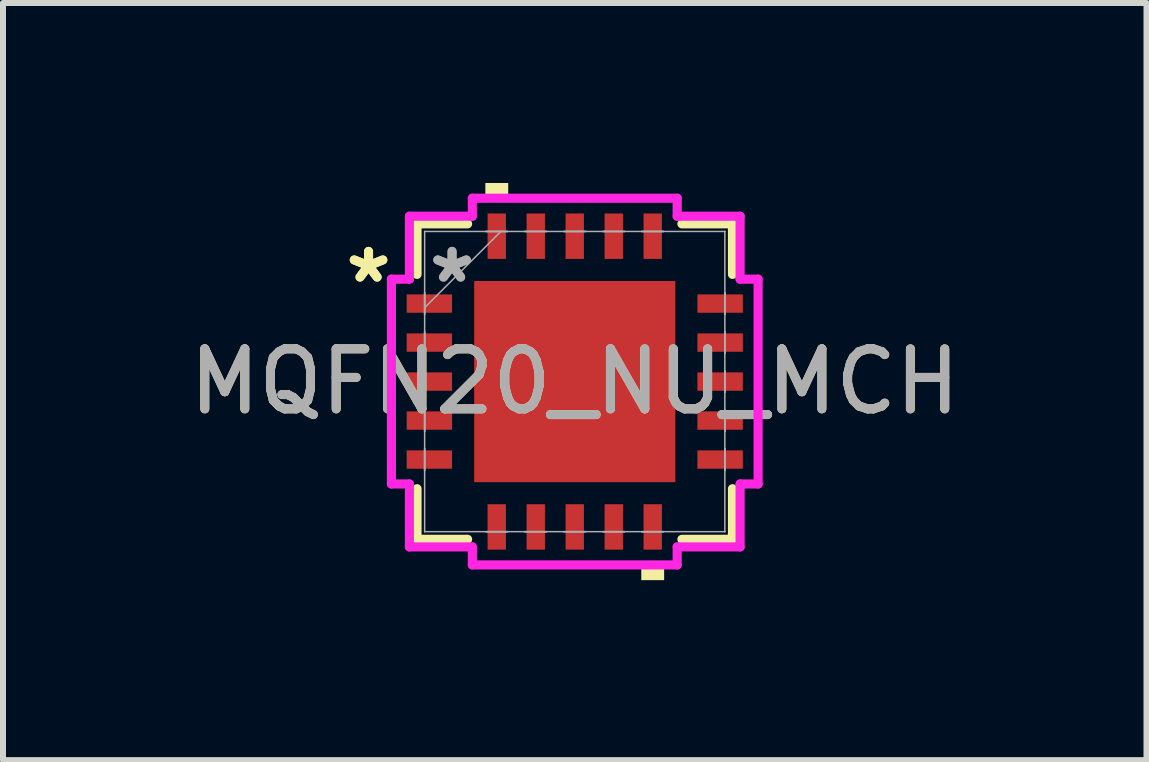
<source format=kicad_pcb>
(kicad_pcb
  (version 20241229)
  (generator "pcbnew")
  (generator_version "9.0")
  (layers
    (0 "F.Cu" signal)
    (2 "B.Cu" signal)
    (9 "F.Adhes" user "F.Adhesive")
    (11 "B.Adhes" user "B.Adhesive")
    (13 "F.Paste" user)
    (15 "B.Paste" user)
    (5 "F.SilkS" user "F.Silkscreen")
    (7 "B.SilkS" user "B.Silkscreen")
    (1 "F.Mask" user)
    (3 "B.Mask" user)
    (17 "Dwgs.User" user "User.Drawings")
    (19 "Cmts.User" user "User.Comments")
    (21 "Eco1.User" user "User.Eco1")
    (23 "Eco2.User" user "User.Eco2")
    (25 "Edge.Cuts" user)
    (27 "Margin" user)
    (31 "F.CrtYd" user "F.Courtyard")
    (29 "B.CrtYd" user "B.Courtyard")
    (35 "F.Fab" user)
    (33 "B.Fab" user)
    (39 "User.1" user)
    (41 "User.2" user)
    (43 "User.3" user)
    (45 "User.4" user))
  (footprint "MQFN20_NU_MCH"
    (layer "F.Cu")
    (at 6.53 3.31)
    (property "Reference" "MQFN20_NU_MCH" (at 0 0 0) (unlocked yes) (layer "F.SilkS") (effects (font (size 1 1) (thickness 0.15))))
    (attr smd)
    (fp_line (start -2.629 -2.629) (end -2.629 -1.786) (stroke (width 0.152) (type solid)) (layer "F.SilkS"))
    (fp_line (start -2.629 1.786) (end -2.629 2.629) (stroke (width 0.152) (type solid)) (layer "F.SilkS"))
    (fp_line (start -2.629 2.629) (end -1.786 2.629) (stroke (width 0.152) (type solid)) (layer "F.SilkS"))
    (fp_line (start -1.786 -2.629) (end -2.629 -2.629) (stroke (width 0.152) (type solid)) (layer "F.SilkS"))
    (fp_line (start 1.786 2.629) (end 2.629 2.629) (stroke (width 0.152) (type solid)) (layer "F.SilkS"))
    (fp_line (start 2.629 -2.629) (end 1.786 -2.629) (stroke (width 0.152) (type solid)) (layer "F.SilkS"))
    (fp_line (start 2.629 -1.786) (end 2.629 -2.629) (stroke (width 0.152) (type solid)) (layer "F.SilkS"))
    (fp_line (start 2.629 2.629) (end 2.629 1.786) (stroke (width 0.152) (type solid)) (layer "F.SilkS"))
    (fp_poly (pts (xy -1.49 -3.056) (xy -1.49 -3.31) (xy -1.109 -3.31) (xy -1.109 -3.056)) (stroke (width 0) (type solid)) (fill yes) (layer "F.SilkS"))
    (fp_poly (pts (xy 1.109 3.056) (xy 1.109 3.31) (xy 1.49 3.31) (xy 1.49 3.056)) (stroke (width 0) (type solid)) (fill yes) (layer "F.SilkS"))
    (fp_poly (pts (xy -1.576 -1.576) (xy -1.576 -0.1) (xy -0.1 -0.1) (xy -0.1 -1.576)) (stroke (width 0) (type solid)) (fill yes) (layer "F.Paste"))
    (fp_poly (pts (xy -1.576 0.1) (xy -1.576 1.576) (xy -0.1 1.576) (xy -0.1 0.1)) (stroke (width 0) (type solid)) (fill yes) (layer "F.Paste"))
    (fp_poly (pts (xy 0.1 -1.576) (xy 0.1 -0.1) (xy 1.576 -0.1) (xy 1.576 -1.576)) (stroke (width 0) (type solid)) (fill yes) (layer "F.Paste"))
    (fp_poly (pts (xy 0.1 0.1) (xy 0.1 1.576) (xy 1.576 1.576) (xy 1.576 0.1)) (stroke (width 0) (type solid)) (fill yes) (layer "F.Paste"))
    (fp_line (start -3.056 -1.707) (end -2.756 -1.707) (stroke (width 0.152) (type solid)) (layer "F.CrtYd"))
    (fp_line (start -3.056 1.707) (end -3.056 -1.707) (stroke (width 0.152) (type solid)) (layer "F.CrtYd"))
    (fp_line (start -2.756 -2.756) (end -1.707 -2.756) (stroke (width 0.152) (type solid)) (layer "F.CrtYd"))
    (fp_line (start -2.756 -1.707) (end -2.756 -2.756) (stroke (width 0.152) (type solid)) (layer "F.CrtYd"))
    (fp_line (start -2.756 1.707) (end -3.056 1.707) (stroke (width 0.152) (type solid)) (layer "F.CrtYd"))
    (fp_line (start -2.756 2.756) (end -2.756 1.707) (stroke (width 0.152) (type solid)) (layer "F.CrtYd"))
    (fp_line (start -1.707 -3.056) (end 1.707 -3.056) (stroke (width 0.152) (type solid)) (layer "F.CrtYd"))
    (fp_line (start -1.707 -2.756) (end -1.707 -3.056) (stroke (width 0.152) (type solid)) (layer "F.CrtYd"))
    (fp_line (start -1.707 2.756) (end -2.756 2.756) (stroke (width 0.152) (type solid)) (layer "F.CrtYd"))
    (fp_line (start -1.707 3.056) (end -1.707 2.756) (stroke (width 0.152) (type solid)) (layer "F.CrtYd"))
    (fp_line (start 1.707 -3.056) (end 1.707 -2.756) (stroke (width 0.152) (type solid)) (layer "F.CrtYd"))
    (fp_line (start 1.707 -2.756) (end 2.756 -2.756) (stroke (width 0.152) (type solid)) (layer "F.CrtYd"))
    (fp_line (start 1.707 2.756) (end 1.707 3.056) (stroke (width 0.152) (type solid)) (layer "F.CrtYd"))
    (fp_line (start 1.707 3.056) (end -1.707 3.056) (stroke (width 0.152) (type solid)) (layer "F.CrtYd"))
    (fp_line (start 2.756 -2.756) (end 2.756 -1.707) (stroke (width 0.152) (type solid)) (layer "F.CrtYd"))
    (fp_line (start 2.756 -1.707) (end 3.056 -1.707) (stroke (width 0.152) (type solid)) (layer "F.CrtYd"))
    (fp_line (start 2.756 1.707) (end 2.756 2.756) (stroke (width 0.152) (type solid)) (layer "F.CrtYd"))
    (fp_line (start 2.756 2.756) (end 1.707 2.756) (stroke (width 0.152) (type solid)) (layer "F.CrtYd"))
    (fp_line (start 3.056 -1.707) (end 3.056 1.707) (stroke (width 0.152) (type solid)) (layer "F.CrtYd"))
    (fp_line (start 3.056 1.707) (end 2.756 1.707) (stroke (width 0.152) (type solid)) (layer "F.CrtYd"))
    (fp_line (start -2.502 -2.502) (end -2.502 -2.502) (stroke (width 0.025) (type solid)) (layer "F.Fab"))
    (fp_line (start -2.502 -2.502) (end -2.502 2.502) (stroke (width 0.025) (type solid)) (layer "F.Fab"))
    (fp_line (start -2.502 -1.478) (end -2.502 -1.478) (stroke (width 0.025) (type solid)) (layer "F.Fab"))
    (fp_line (start -2.502 -1.478) (end -2.502 -1.122) (stroke (width 0.025) (type solid)) (layer "F.Fab"))
    (fp_line (start -2.502 -1.232) (end -1.232 -2.502) (stroke (width 0.025) (type solid)) (layer "F.Fab"))
    (fp_line (start -2.502 -1.122) (end -2.502 -1.478) (stroke (width 0.025) (type solid)) (layer "F.Fab"))
    (fp_line (start -2.502 -1.122) (end -2.502 -1.122) (stroke (width 0.025) (type solid)) (layer "F.Fab"))
    (fp_line (start -2.502 -0.828) (end -2.502 -0.828) (stroke (width 0.025) (type solid)) (layer "F.Fab"))
    (fp_line (start -2.502 -0.828) (end -2.502 -0.472) (stroke (width 0.025) (type solid)) (layer "F.Fab"))
    (fp_line (start -2.502 -0.472) (end -2.502 -0.828) (stroke (width 0.025) (type solid)) (layer "F.Fab"))
    (fp_line (start -2.502 -0.472) (end -2.502 -0.472) (stroke (width 0.025) (type solid)) (layer "F.Fab"))
    (fp_line (start -2.502 -0.178) (end -2.502 -0.178) (stroke (width 0.025) (type solid)) (layer "F.Fab"))
    (fp_line (start -2.502 -0.178) (end -2.502 0.178) (stroke (width 0.025) (type solid)) (layer "F.Fab"))
    (fp_line (start -2.502 0.178) (end -2.502 -0.178) (stroke (width 0.025) (type solid)) (layer "F.Fab"))
    (fp_line (start -2.502 0.178) (end -2.502 0.178) (stroke (width 0.025) (type solid)) (layer "F.Fab"))
    (fp_line (start -2.502 0.472) (end -2.502 0.472) (stroke (width 0.025) (type solid)) (layer "F.Fab"))
    (fp_line (start -2.502 0.472) (end -2.502 0.828) (stroke (width 0.025) (type solid)) (layer "F.Fab"))
    (fp_line (start -2.502 0.828) (end -2.502 0.472) (stroke (width 0.025) (type solid)) (layer "F.Fab"))
    (fp_line (start -2.502 0.828) (end -2.502 0.828) (stroke (width 0.025) (type solid)) (layer "F.Fab"))
    (fp_line (start -2.502 1.122) (end -2.502 1.122) (stroke (width 0.025) (type solid)) (layer "F.Fab"))
    (fp_line (start -2.502 1.122) (end -2.502 1.478) (stroke (width 0.025) (type solid)) (layer "F.Fab"))
    (fp_line (start -2.502 1.478) (end -2.502 1.122) (stroke (width 0.025) (type solid)) (layer "F.Fab"))
    (fp_line (start -2.502 1.478) (end -2.502 1.478) (stroke (width 0.025) (type solid)) (layer "F.Fab"))
    (fp_line (start -2.502 2.502) (end -2.502 2.502) (stroke (width 0.025) (type solid)) (layer "F.Fab"))
    (fp_line (start -2.502 2.502) (end 2.502 2.502) (stroke (width 0.025) (type solid)) (layer "F.Fab"))
    (fp_line (start -1.478 -2.502) (end -1.478 -2.502) (stroke (width 0.025) (type solid)) (layer "F.Fab"))
    (fp_line (start -1.478 -2.502) (end -1.122 -2.502) (stroke (width 0.025) (type solid)) (layer "F.Fab"))
    (fp_line (start -1.478 2.502) (end -1.478 2.502) (stroke (width 0.025) (type solid)) (layer "F.Fab"))
    (fp_line (start -1.478 2.502) (end -1.122 2.502) (stroke (width 0.025) (type solid)) (layer "F.Fab"))
    (fp_line (start -1.122 -2.502) (end -1.478 -2.502) (stroke (width 0.025) (type solid)) (layer "F.Fab"))
    (fp_line (start -1.122 -2.502) (end -1.122 -2.502) (stroke (width 0.025) (type solid)) (layer "F.Fab"))
    (fp_line (start -1.122 2.502) (end -1.478 2.502) (stroke (width 0.025) (type solid)) (layer "F.Fab"))
    (fp_line (start -1.122 2.502) (end -1.122 2.502) (stroke (width 0.025) (type solid)) (layer "F.Fab"))
    (fp_line (start -0.828 -2.502) (end -0.828 -2.502) (stroke (width 0.025) (type solid)) (layer "F.Fab"))
    (fp_line (start -0.828 -2.502) (end -0.472 -2.502) (stroke (width 0.025) (type solid)) (layer "F.Fab"))
    (fp_line (start -0.828 2.502) (end -0.828 2.502) (stroke (width 0.025) (type solid)) (layer "F.Fab"))
    (fp_line (start -0.828 2.502) (end -0.472 2.502) (stroke (width 0.025) (type solid)) (layer "F.Fab"))
    (fp_line (start -0.472 -2.502) (end -0.828 -2.502) (stroke (width 0.025) (type solid)) (layer "F.Fab"))
    (fp_line (start -0.472 -2.502) (end -0.472 -2.502) (stroke (width 0.025) (type solid)) (layer "F.Fab"))
    (fp_line (start -0.472 2.502) (end -0.828 2.502) (stroke (width 0.025) (type solid)) (layer "F.Fab"))
    (fp_line (start -0.472 2.502) (end -0.472 2.502) (stroke (width 0.025) (type solid)) (layer "F.Fab"))
    (fp_line (start -0.178 -2.502) (end -0.178 -2.502) (stroke (width 0.025) (type solid)) (layer "F.Fab"))
    (fp_line (start -0.178 -2.502) (end 0.178 -2.502) (stroke (width 0.025) (type solid)) (layer "F.Fab"))
    (fp_line (start -0.178 2.502) (end -0.178 2.502) (stroke (width 0.025) (type solid)) (layer "F.Fab"))
    (fp_line (start -0.178 2.502) (end 0.178 2.502) (stroke (width 0.025) (type solid)) (layer "F.Fab"))
    (fp_line (start 0.178 -2.502) (end -0.178 -2.502) (stroke (width 0.025) (type solid)) (layer "F.Fab"))
    (fp_line (start 0.178 -2.502) (end 0.178 -2.502) (stroke (width 0.025) (type solid)) (layer "F.Fab"))
    (fp_line (start 0.178 2.502) (end -0.178 2.502) (stroke (width 0.025) (type solid)) (layer "F.Fab"))
    (fp_line (start 0.178 2.502) (end 0.178 2.502) (stroke (width 0.025) (type solid)) (layer "F.Fab"))
    (fp_line (start 0.472 -2.502) (end 0.472 -2.502) (stroke (width 0.025) (type solid)) (layer "F.Fab"))
    (fp_line (start 0.472 -2.502) (end 0.828 -2.502) (stroke (width 0.025) (type solid)) (layer "F.Fab"))
    (fp_line (start 0.472 2.502) (end 0.472 2.502) (stroke (width 0.025) (type solid)) (layer "F.Fab"))
    (fp_line (start 0.472 2.502) (end 0.828 2.502) (stroke (width 0.025) (type solid)) (layer "F.Fab"))
    (fp_line (start 0.828 -2.502) (end 0.472 -2.502) (stroke (width 0.025) (type solid)) (layer "F.Fab"))
    (fp_line (start 0.828 -2.502) (end 0.828 -2.502) (stroke (width 0.025) (type solid)) (layer "F.Fab"))
    (fp_line (start 0.828 2.502) (end 0.472 2.502) (stroke (width 0.025) (type solid)) (layer "F.Fab"))
    (fp_line (start 0.828 2.502) (end 0.828 2.502) (stroke (width 0.025) (type solid)) (layer "F.Fab"))
    (fp_line (start 1.122 -2.502) (end 1.122 -2.502) (stroke (width 0.025) (type solid)) (layer "F.Fab"))
    (fp_line (start 1.122 -2.502) (end 1.478 -2.502) (stroke (width 0.025) (type solid)) (layer "F.Fab"))
    (fp_line (start 1.122 2.502) (end 1.122 2.502) (stroke (width 0.025) (type solid)) (layer "F.Fab"))
    (fp_line (start 1.122 2.502) (end 1.478 2.502) (stroke (width 0.025) (type solid)) (layer "F.Fab"))
    (fp_line (start 1.478 -2.502) (end 1.122 -2.502) (stroke (width 0.025) (type solid)) (layer "F.Fab"))
    (fp_line (start 1.478 -2.502) (end 1.478 -2.502) (stroke (width 0.025) (type solid)) (layer "F.Fab"))
    (fp_line (start 1.478 2.502) (end 1.122 2.502) (stroke (width 0.025) (type solid)) (layer "F.Fab"))
    (fp_line (start 1.478 2.502) (end 1.478 2.502) (stroke (width 0.025) (type solid)) (layer "F.Fab"))
    (fp_line (start 2.502 -2.502) (end -2.502 -2.502) (stroke (width 0.025) (type solid)) (layer "F.Fab"))
    (fp_line (start 2.502 -2.502) (end 2.502 -2.502) (stroke (width 0.025) (type solid)) (layer "F.Fab"))
    (fp_line (start 2.502 -1.478) (end 2.502 -1.478) (stroke (width 0.025) (type solid)) (layer "F.Fab"))
    (fp_line (start 2.502 -1.478) (end 2.502 -1.122) (stroke (width 0.025) (type solid)) (layer "F.Fab"))
    (fp_line (start 2.502 -1.122) (end 2.502 -1.478) (stroke (width 0.025) (type solid)) (layer "F.Fab"))
    (fp_line (start 2.502 -1.122) (end 2.502 -1.122) (stroke (width 0.025) (type solid)) (layer "F.Fab"))
    (fp_line (start 2.502 -0.828) (end 2.502 -0.828) (stroke (width 0.025) (type solid)) (layer "F.Fab"))
    (fp_line (start 2.502 -0.828) (end 2.502 -0.472) (stroke (width 0.025) (type solid)) (layer "F.Fab"))
    (fp_line (start 2.502 -0.472) (end 2.502 -0.828) (stroke (width 0.025) (type solid)) (layer "F.Fab"))
    (fp_line (start 2.502 -0.472) (end 2.502 -0.472) (stroke (width 0.025) (type solid)) (layer "F.Fab"))
    (fp_line (start 2.502 -0.178) (end 2.502 -0.178) (stroke (width 0.025) (type solid)) (layer "F.Fab"))
    (fp_line (start 2.502 -0.178) (end 2.502 0.178) (stroke (width 0.025) (type solid)) (layer "F.Fab"))
    (fp_line (start 2.502 0.178) (end 2.502 -0.178) (stroke (width 0.025) (type solid)) (layer "F.Fab"))
    (fp_line (start 2.502 0.178) (end 2.502 0.178) (stroke (width 0.025) (type solid)) (layer "F.Fab"))
    (fp_line (start 2.502 0.472) (end 2.502 0.472) (stroke (width 0.025) (type solid)) (layer "F.Fab"))
    (fp_line (start 2.502 0.472) (end 2.502 0.828) (stroke (width 0.025) (type solid)) (layer "F.Fab"))
    (fp_line (start 2.502 0.828) (end 2.502 0.472) (stroke (width 0.025) (type solid)) (layer "F.Fab"))
    (fp_line (start 2.502 0.828) (end 2.502 0.828) (stroke (width 0.025) (type solid)) (layer "F.Fab"))
    (fp_line (start 2.502 1.122) (end 2.502 1.122) (stroke (width 0.025) (type solid)) (layer "F.Fab"))
    (fp_line (start 2.502 1.122) (end 2.502 1.478) (stroke (width 0.025) (type solid)) (layer "F.Fab"))
    (fp_line (start 2.502 1.478) (end 2.502 1.122) (stroke (width 0.025) (type solid)) (layer "F.Fab"))
    (fp_line (start 2.502 1.478) (end 2.502 1.478) (stroke (width 0.025) (type solid)) (layer "F.Fab"))
    (fp_line (start 2.502 2.502) (end 2.502 -2.502) (stroke (width 0.025) (type solid)) (layer "F.Fab"))
    (fp_line (start 2.502 2.502) (end 2.502 2.502) (stroke (width 0.025) (type solid)) (layer "F.Fab"))
    (fp_text user "*" (at -3.437 -1.625 0) (unlocked yes) (layer "F.SilkS") (effects (font (size 1 1) (thickness 0.15))))
    (fp_text user "*" (at -3.437 -1.625 0) (layer "F.SilkS") (effects (font (size 1 1) (thickness 0.15))))
    (fp_text user "${REFERENCE}" (at 0 0 0) (unlocked yes) (layer "F.Fab") (effects (font (size 1 1) (thickness 0.15))))
    (fp_text user "*" (at -2.045 -1.625 0) (layer "F.Fab") (effects (font (size 1 1) (thickness 0.15))))
    (fp_text user "*" (at -2.045 -1.625 0) (unlocked yes) (layer "F.Fab") (effects (font (size 1 1) (thickness 0.15))))
    (pad "1" smd rect (at -2.423 -1.3 90) (size 0.306 0.757) (layers "F.Cu" "F.Mask" "F.Paste"))
    (pad "2" smd rect (at -2.423 -0.65 90) (size 0.306 0.757) (layers "F.Cu" "F.Mask" "F.Paste"))
    (pad "3" smd rect (at -2.423 0 90) (size 0.306 0.757) (layers "F.Cu" "F.Mask" "F.Paste"))
    (pad "4" smd rect (at -2.423 0.65 90) (size 0.306 0.757) (layers "F.Cu" "F.Mask" "F.Paste"))
    (pad "5" smd rect (at -2.423 1.3 90) (size 0.306 0.757) (layers "F.Cu" "F.Mask" "F.Paste"))
    (pad "6" smd rect (at -1.3 2.423) (size 0.306 0.757) (layers "F.Cu" "F.Mask" "F.Paste"))
    (pad "7" smd rect (at -0.65 2.423) (size 0.306 0.757) (layers "F.Cu" "F.Mask" "F.Paste"))
    (pad "8" smd rect (at 0 2.423) (size 0.306 0.757) (layers "F.Cu" "F.Mask" "F.Paste"))
    (pad "9" smd rect (at 0.65 2.423) (size 0.306 0.757) (layers "F.Cu" "F.Mask" "F.Paste"))
    (pad "10" smd rect (at 1.3 2.423) (size 0.306 0.757) (layers "F.Cu" "F.Mask" "F.Paste"))
    (pad "11" smd rect (at 2.423 1.3 90) (size 0.306 0.757) (layers "F.Cu" "F.Mask" "F.Paste"))
    (pad "12" smd rect (at 2.423 0.65 90) (size 0.306 0.757) (layers "F.Cu" "F.Mask" "F.Paste"))
    (pad "13" smd rect (at 2.423 0 90) (size 0.306 0.757) (layers "F.Cu" "F.Mask" "F.Paste"))
    (pad "14" smd rect (at 2.423 -0.65 90) (size 0.306 0.757) (layers "F.Cu" "F.Mask" "F.Paste"))
    (pad "15" smd rect (at 2.423 -1.3 90) (size 0.306 0.757) (layers "F.Cu" "F.Mask" "F.Paste"))
    (pad "16" smd rect (at 1.3 -2.423) (size 0.306 0.757) (layers "F.Cu" "F.Mask" "F.Paste"))
    (pad "17" smd rect (at 0.65 -2.423) (size 0.306 0.757) (layers "F.Cu" "F.Mask" "F.Paste"))
    (pad "18" smd rect (at 0 -2.423) (size 0.306 0.757) (layers "F.Cu" "F.Mask" "F.Paste"))
    (pad "19" smd rect (at -0.65 -2.423) (size 0.306 0.757) (layers "F.Cu" "F.Mask" "F.Paste"))
    (pad "20" smd rect (at -1.3 -2.423) (size 0.306 0.757) (layers "F.Cu" "F.Mask" "F.Paste"))
    (pad "21" smd rect (at 0 0) (size 3.353 3.353) (layers "F.Cu" "F.Mask" "F.Paste")))
  (gr_rect
    (start -3 -3)
    (end 16.06 9.62)
    (stroke (width 0.1) (type default))
    (fill no)
    (layer "Edge.Cuts")))
</source>
